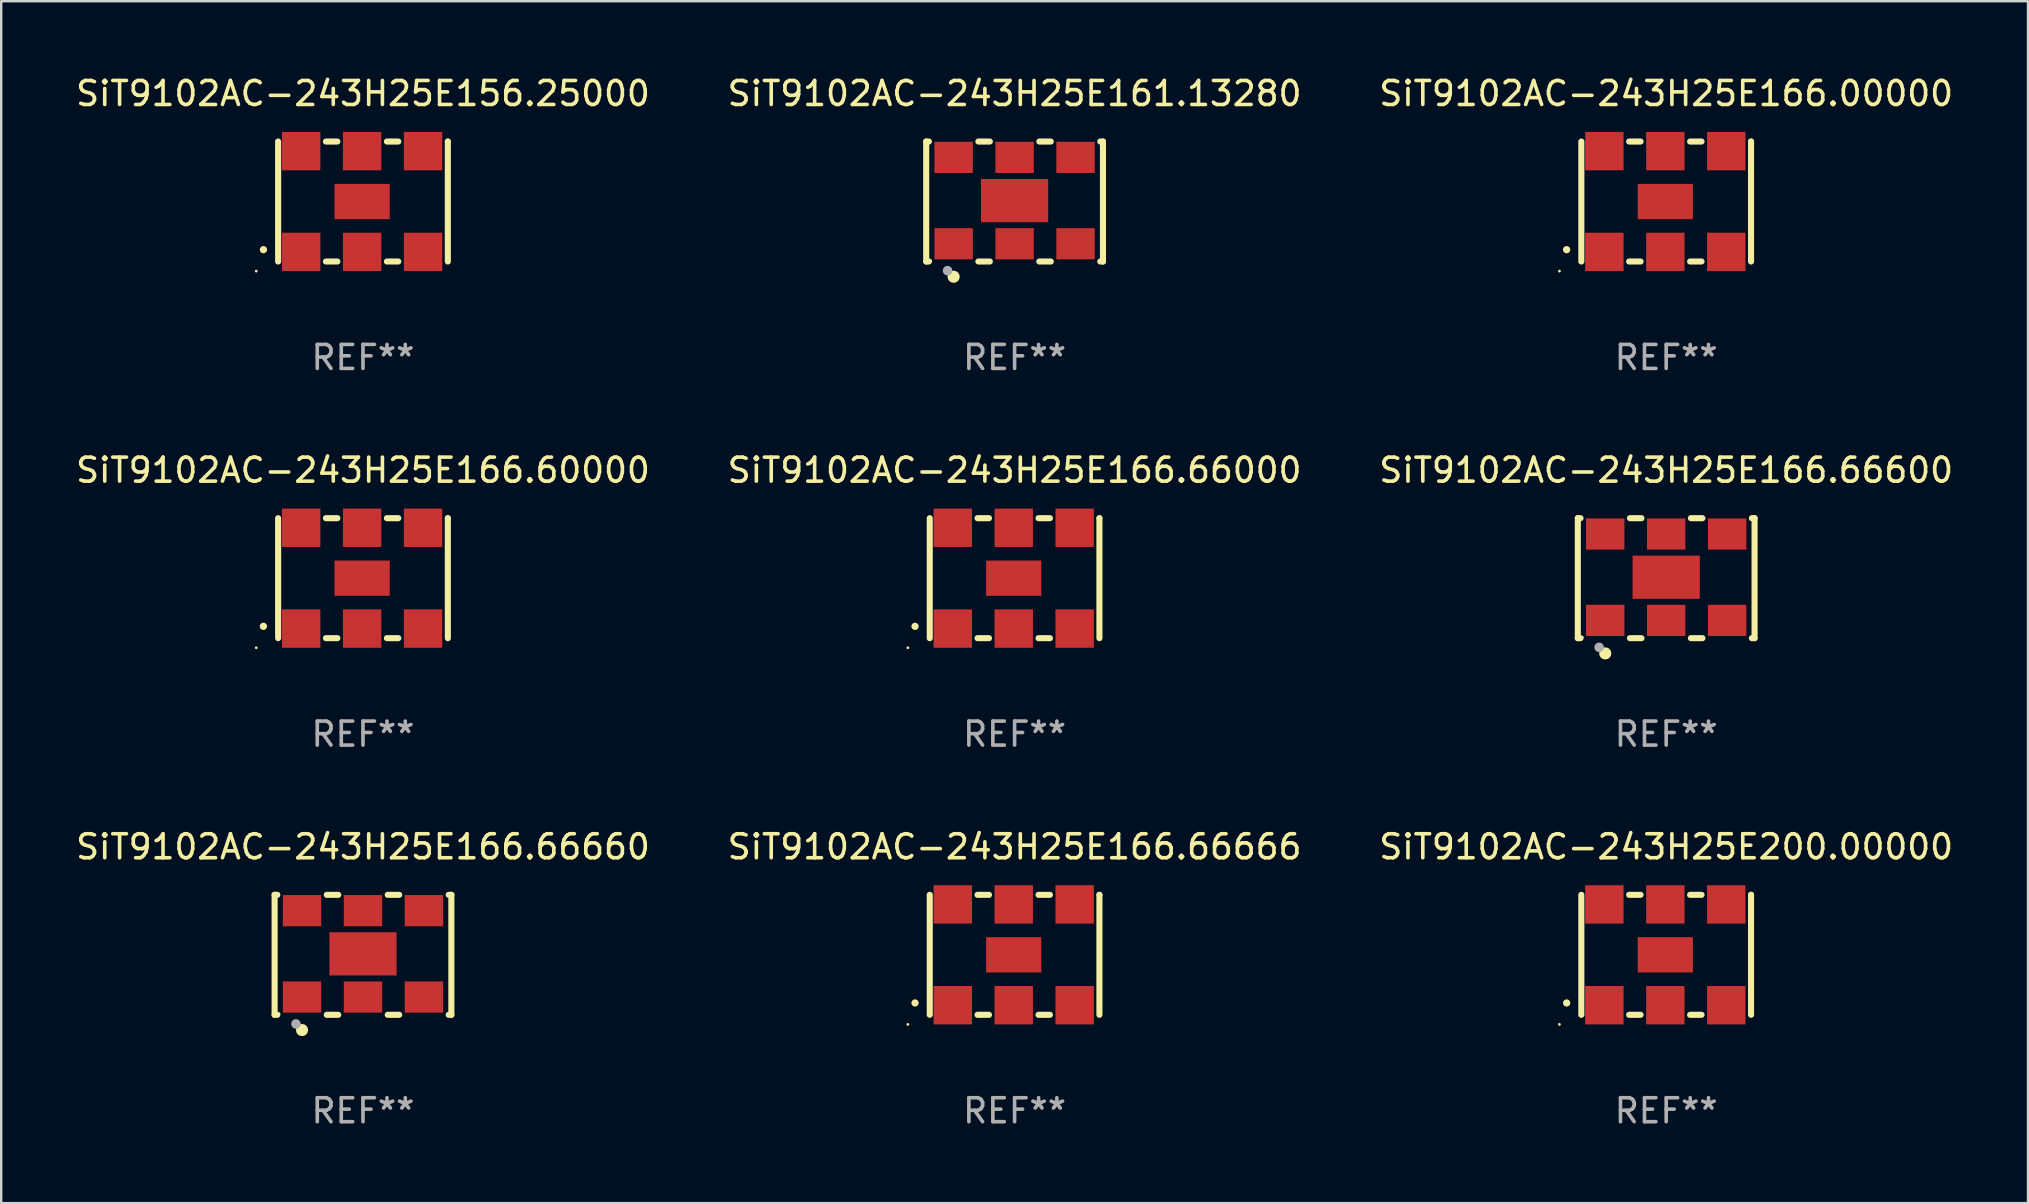
<source format=kicad_pcb>
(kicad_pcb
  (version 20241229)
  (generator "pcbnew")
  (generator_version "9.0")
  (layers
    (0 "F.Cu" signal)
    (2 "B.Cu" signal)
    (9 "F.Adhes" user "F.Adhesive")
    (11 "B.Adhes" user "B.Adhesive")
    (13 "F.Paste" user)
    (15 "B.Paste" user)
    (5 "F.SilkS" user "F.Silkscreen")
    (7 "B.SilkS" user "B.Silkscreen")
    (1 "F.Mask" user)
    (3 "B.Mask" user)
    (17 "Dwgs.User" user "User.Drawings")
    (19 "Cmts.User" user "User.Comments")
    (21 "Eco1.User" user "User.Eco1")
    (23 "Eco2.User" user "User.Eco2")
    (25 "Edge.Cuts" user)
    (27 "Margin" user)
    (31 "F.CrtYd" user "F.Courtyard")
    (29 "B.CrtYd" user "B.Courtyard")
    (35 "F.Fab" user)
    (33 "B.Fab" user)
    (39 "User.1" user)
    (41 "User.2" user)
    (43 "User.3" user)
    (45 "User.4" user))
  (footprint "SiT9102AC-243H25E156.25000"
    (layer "F.Cu")
    (at 12.077 5.348)
    (property "Reference" "SiT9102AC-243H25E156.25000" (at 0 -4.5 0) (layer "F.SilkS") (effects (font (size 1 1) (thickness 0.15))))
    (attr through_hole)
    (fp_line (start -3.536 -2.5) (end -3.536 2.5) (stroke (width 0.254) (type solid)) (layer "F.SilkS"))
    (fp_line (start -1.544 2.5) (end -1.067 2.5) (stroke (width 0.254) (type solid)) (layer "F.SilkS"))
    (fp_line (start -1.067 -2.5) (end -1.544 -2.5) (stroke (width 0.254) (type solid)) (layer "F.SilkS"))
    (fp_line (start 0.996 2.5) (end 1.473 2.5) (stroke (width 0.254) (type solid)) (layer "F.SilkS"))
    (fp_line (start 1.473 -2.5) (end 0.996 -2.5) (stroke (width 0.254) (type solid)) (layer "F.SilkS"))
    (fp_line (start 3.536 -2.5) (end 3.536 -2.5) (stroke (width 0.254) (type solid)) (layer "F.SilkS"))
    (fp_line (start 3.536 2.5) (end 3.536 -2.5) (stroke (width 0.254) (type solid)) (layer "F.SilkS"))
    (fp_arc (start -4.150432 2.006604) (mid -4.149162 2.006599) (end -4.147892 2.006604) (stroke (width 0.3) (type solid)) (layer "F.SilkS"))
    (fp_circle (center -4.449 2.9) (end -4.419 2.9) (stroke (width 0.06) (type solid)) (fill no) (layer "F.SilkS"))
    (fp_text user "REF**" (at 0 6.5 0) (layer "F.Fab") (effects (font (size 1 1) (thickness 0.15))))
    (pad "1" smd rect (at -2.576 2.1) (size 1.6 1.6) (layers "F.Cu" "F.Mask" "F.Paste"))
    (pad "2" smd rect (at -0.036 2.1) (size 1.6 1.6) (layers "F.Cu" "F.Mask" "F.Paste"))
    (pad "3" smd rect (at 2.504 2.1) (size 1.6 1.6) (layers "F.Cu" "F.Mask" "F.Paste"))
    (pad "4" smd rect (at 2.504 -2.1) (size 1.6 1.6) (layers "F.Cu" "F.Mask" "F.Paste"))
    (pad "5" smd rect (at -0.036 -2.1) (size 1.6 1.6) (layers "F.Cu" "F.Mask" "F.Paste"))
    (pad "6" smd rect (at -2.576 -2.1) (size 1.6 1.6) (layers "F.Cu" "F.Mask" "F.Paste"))
    (pad "7" smd rect (at -0.036 0) (size 2.3 1.47) (layers "F.Cu" "F.Mask" "F.Paste")))
  (footprint "SiT9102AC-243H25E166.66600"
    (layer "F.Cu")
    (at 66.387 21.045)
    (property "Reference" "SiT9102AC-243H25E166.66600" (at 0 -4.5 0) (layer "F.SilkS") (effects (font (size 1 1) (thickness 0.15))))
    (attr through_hole)
    (fp_line (start -3.683 -2.5) (end -3.571 -2.5) (stroke (width 0.254) (type solid)) (layer "F.SilkS"))
    (fp_line (start -3.683 2.5) (end -3.683 -2.5) (stroke (width 0.254) (type solid)) (layer "F.SilkS"))
    (fp_line (start -3.683 2.5) (end -3.571 2.5) (stroke (width 0.254) (type solid)) (layer "F.SilkS"))
    (fp_line (start -1.509 -2.5) (end -1.031 -2.5) (stroke (width 0.254) (type solid)) (layer "F.SilkS"))
    (fp_line (start -1.509 2.5) (end -1.031 2.5) (stroke (width 0.254) (type solid)) (layer "F.SilkS"))
    (fp_line (start 1.031 -2.5) (end 1.509 -2.5) (stroke (width 0.254) (type solid)) (layer "F.SilkS"))
    (fp_line (start 1.031 2.5) (end 1.509 2.5) (stroke (width 0.254) (type solid)) (layer "F.SilkS"))
    (fp_line (start 3.571 -2.5) (end 3.683 -2.5) (stroke (width 0.254) (type solid)) (layer "F.SilkS"))
    (fp_line (start 3.571 2.5) (end 3.683 2.5) (stroke (width 0.254) (type solid)) (layer "F.SilkS"))
    (fp_line (start 3.683 2.5) (end 3.683 -2.5) (stroke (width 0.254) (type solid)) (layer "F.SilkS"))
    (fp_circle (center -3.5 2.46) (end -3.47 2.46) (stroke (width 0.06) (type solid)) (fill no) (layer "F.SilkS"))
    (fp_circle (center -2.54 3.135) (end -2.413 3.135) (stroke (width 0.254) (type solid)) (fill no) (layer "F.SilkS"))
    (fp_circle (center -2.794 2.881) (end -2.694 2.881) (stroke (width 0.2) (type solid)) (fill no) (layer "F.Fab"))
    (fp_text user "REF**" (at 0 6.5 0) (layer "F.Fab") (effects (font (size 1 1) (thickness 0.15))))
    (pad "1" smd rect (at -2.54 1.76) (size 1.6 1.3) (layers "F.Cu" "F.Mask" "F.Paste"))
    (pad "2" smd rect (at 0 1.76) (size 1.6 1.3) (layers "F.Cu" "F.Mask" "F.Paste"))
    (pad "3" smd rect (at 2.54 1.76) (size 1.6 1.3) (layers "F.Cu" "F.Mask" "F.Paste"))
    (pad "4" smd rect (at 2.54 -1.84) (size 1.6 1.3) (layers "F.Cu" "F.Mask" "F.Paste"))
    (pad "5" smd rect (at 0 -1.84) (size 1.6 1.3) (layers "F.Cu" "F.Mask" "F.Paste"))
    (pad "6" smd rect (at -2.54 -1.84) (size 1.6 1.3) (layers "F.Cu" "F.Mask" "F.Paste"))
    (pad "7" smd rect (at 0 -0.04) (size 2.8 1.8) (layers "F.Cu" "F.Mask" "F.Paste")))
  (footprint "SiT9102AC-243H25E166.00000"
    (layer "F.Cu")
    (at 66.387 5.348)
    (property "Reference" "SiT9102AC-243H25E166.00000" (at 0 -4.5 0) (layer "F.SilkS") (effects (font (size 1 1) (thickness 0.15))))
    (attr through_hole)
    (fp_line (start -3.536 -2.5) (end -3.536 2.5) (stroke (width 0.254) (type solid)) (layer "F.SilkS"))
    (fp_line (start -1.544 2.5) (end -1.067 2.5) (stroke (width 0.254) (type solid)) (layer "F.SilkS"))
    (fp_line (start -1.067 -2.5) (end -1.544 -2.5) (stroke (width 0.254) (type solid)) (layer "F.SilkS"))
    (fp_line (start 0.996 2.5) (end 1.473 2.5) (stroke (width 0.254) (type solid)) (layer "F.SilkS"))
    (fp_line (start 1.473 -2.5) (end 0.996 -2.5) (stroke (width 0.254) (type solid)) (layer "F.SilkS"))
    (fp_line (start 3.536 -2.5) (end 3.536 -2.5) (stroke (width 0.254) (type solid)) (layer "F.SilkS"))
    (fp_line (start 3.536 2.5) (end 3.536 -2.5) (stroke (width 0.254) (type solid)) (layer "F.SilkS"))
    (fp_arc (start -4.150432 2.006604) (mid -4.149162 2.006599) (end -4.147892 2.006604) (stroke (width 0.3) (type solid)) (layer "F.SilkS"))
    (fp_circle (center -4.449 2.9) (end -4.419 2.9) (stroke (width 0.06) (type solid)) (fill no) (layer "F.SilkS"))
    (fp_text user "REF**" (at 0 6.5 0) (layer "F.Fab") (effects (font (size 1 1) (thickness 0.15))))
    (pad "1" smd rect (at -2.576 2.1) (size 1.6 1.6) (layers "F.Cu" "F.Mask" "F.Paste"))
    (pad "2" smd rect (at -0.036 2.1) (size 1.6 1.6) (layers "F.Cu" "F.Mask" "F.Paste"))
    (pad "3" smd rect (at 2.504 2.1) (size 1.6 1.6) (layers "F.Cu" "F.Mask" "F.Paste"))
    (pad "4" smd rect (at 2.504 -2.1) (size 1.6 1.6) (layers "F.Cu" "F.Mask" "F.Paste"))
    (pad "5" smd rect (at -0.036 -2.1) (size 1.6 1.6) (layers "F.Cu" "F.Mask" "F.Paste"))
    (pad "6" smd rect (at -2.576 -2.1) (size 1.6 1.6) (layers "F.Cu" "F.Mask" "F.Paste"))
    (pad "7" smd rect (at -0.036 0) (size 2.3 1.47) (layers "F.Cu" "F.Mask" "F.Paste")))
  (footprint "SiT9102AC-243H25E161.13280"
    (layer "F.Cu")
    (at 39.232 5.348)
    (property "Reference" "SiT9102AC-243H25E161.13280" (at 0 -4.5 0) (layer "F.SilkS") (effects (font (size 1 1) (thickness 0.15))))
    (attr through_hole)
    (fp_line (start -3.683 -2.5) (end -3.571 -2.5) (stroke (width 0.254) (type solid)) (layer "F.SilkS"))
    (fp_line (start -3.683 2.5) (end -3.683 -2.5) (stroke (width 0.254) (type solid)) (layer "F.SilkS"))
    (fp_line (start -3.683 2.5) (end -3.571 2.5) (stroke (width 0.254) (type solid)) (layer "F.SilkS"))
    (fp_line (start -1.509 -2.5) (end -1.031 -2.5) (stroke (width 0.254) (type solid)) (layer "F.SilkS"))
    (fp_line (start -1.509 2.5) (end -1.031 2.5) (stroke (width 0.254) (type solid)) (layer "F.SilkS"))
    (fp_line (start 1.031 -2.5) (end 1.509 -2.5) (stroke (width 0.254) (type solid)) (layer "F.SilkS"))
    (fp_line (start 1.031 2.5) (end 1.509 2.5) (stroke (width 0.254) (type solid)) (layer "F.SilkS"))
    (fp_line (start 3.571 -2.5) (end 3.683 -2.5) (stroke (width 0.254) (type solid)) (layer "F.SilkS"))
    (fp_line (start 3.571 2.5) (end 3.683 2.5) (stroke (width 0.254) (type solid)) (layer "F.SilkS"))
    (fp_line (start 3.683 2.5) (end 3.683 -2.5) (stroke (width 0.254) (type solid)) (layer "F.SilkS"))
    (fp_circle (center -3.5 2.46) (end -3.47 2.46) (stroke (width 0.06) (type solid)) (fill no) (layer "F.SilkS"))
    (fp_circle (center -2.54 3.135) (end -2.413 3.135) (stroke (width 0.254) (type solid)) (fill no) (layer "F.SilkS"))
    (fp_circle (center -2.794 2.881) (end -2.694 2.881) (stroke (width 0.2) (type solid)) (fill no) (layer "F.Fab"))
    (fp_text user "REF**" (at 0 6.5 0) (layer "F.Fab") (effects (font (size 1 1) (thickness 0.15))))
    (pad "1" smd rect (at -2.54 1.76) (size 1.6 1.3) (layers "F.Cu" "F.Mask" "F.Paste"))
    (pad "2" smd rect (at 0 1.76) (size 1.6 1.3) (layers "F.Cu" "F.Mask" "F.Paste"))
    (pad "3" smd rect (at 2.54 1.76) (size 1.6 1.3) (layers "F.Cu" "F.Mask" "F.Paste"))
    (pad "4" smd rect (at 2.54 -1.84) (size 1.6 1.3) (layers "F.Cu" "F.Mask" "F.Paste"))
    (pad "5" smd rect (at 0 -1.84) (size 1.6 1.3) (layers "F.Cu" "F.Mask" "F.Paste"))
    (pad "6" smd rect (at -2.54 -1.84) (size 1.6 1.3) (layers "F.Cu" "F.Mask" "F.Paste"))
    (pad "7" smd rect (at 0 -0.04) (size 2.8 1.8) (layers "F.Cu" "F.Mask" "F.Paste")))
  (footprint "SiT9102AC-243H25E166.66666"
    (layer "F.Cu")
    (at 39.232 36.741)
    (property "Reference" "SiT9102AC-243H25E166.66666" (at 0 -4.5 0) (layer "F.SilkS") (effects (font (size 1 1) (thickness 0.15))))
    (attr through_hole)
    (fp_line (start -3.536 -2.5) (end -3.536 2.5) (stroke (width 0.254) (type solid)) (layer "F.SilkS"))
    (fp_line (start -1.544 2.5) (end -1.067 2.5) (stroke (width 0.254) (type solid)) (layer "F.SilkS"))
    (fp_line (start -1.067 -2.5) (end -1.544 -2.5) (stroke (width 0.254) (type solid)) (layer "F.SilkS"))
    (fp_line (start 0.996 2.5) (end 1.473 2.5) (stroke (width 0.254) (type solid)) (layer "F.SilkS"))
    (fp_line (start 1.473 -2.5) (end 0.996 -2.5) (stroke (width 0.254) (type solid)) (layer "F.SilkS"))
    (fp_line (start 3.536 -2.5) (end 3.536 -2.5) (stroke (width 0.254) (type solid)) (layer "F.SilkS"))
    (fp_line (start 3.536 2.5) (end 3.536 -2.5) (stroke (width 0.254) (type solid)) (layer "F.SilkS"))
    (fp_arc (start -4.150432 2.006604) (mid -4.149162 2.006599) (end -4.147892 2.006604) (stroke (width 0.3) (type solid)) (layer "F.SilkS"))
    (fp_circle (center -4.449 2.9) (end -4.419 2.9) (stroke (width 0.06) (type solid)) (fill no) (layer "F.SilkS"))
    (fp_text user "REF**" (at 0 6.5 0) (layer "F.Fab") (effects (font (size 1 1) (thickness 0.15))))
    (pad "1" smd rect (at -2.576 2.1) (size 1.6 1.6) (layers "F.Cu" "F.Mask" "F.Paste"))
    (pad "2" smd rect (at -0.036 2.1) (size 1.6 1.6) (layers "F.Cu" "F.Mask" "F.Paste"))
    (pad "3" smd rect (at 2.504 2.1) (size 1.6 1.6) (layers "F.Cu" "F.Mask" "F.Paste"))
    (pad "4" smd rect (at 2.504 -2.1) (size 1.6 1.6) (layers "F.Cu" "F.Mask" "F.Paste"))
    (pad "5" smd rect (at -0.036 -2.1) (size 1.6 1.6) (layers "F.Cu" "F.Mask" "F.Paste"))
    (pad "6" smd rect (at -2.576 -2.1) (size 1.6 1.6) (layers "F.Cu" "F.Mask" "F.Paste"))
    (pad "7" smd rect (at -0.036 0) (size 2.3 1.47) (layers "F.Cu" "F.Mask" "F.Paste")))
  (footprint "SiT9102AC-243H25E166.60000"
    (layer "F.Cu")
    (at 12.077 21.045)
    (property "Reference" "SiT9102AC-243H25E166.60000" (at 0 -4.5 0) (layer "F.SilkS") (effects (font (size 1 1) (thickness 0.15))))
    (attr through_hole)
    (fp_line (start -3.536 -2.5) (end -3.536 2.5) (stroke (width 0.254) (type solid)) (layer "F.SilkS"))
    (fp_line (start -1.544 2.5) (end -1.067 2.5) (stroke (width 0.254) (type solid)) (layer "F.SilkS"))
    (fp_line (start -1.067 -2.5) (end -1.544 -2.5) (stroke (width 0.254) (type solid)) (layer "F.SilkS"))
    (fp_line (start 0.996 2.5) (end 1.473 2.5) (stroke (width 0.254) (type solid)) (layer "F.SilkS"))
    (fp_line (start 1.473 -2.5) (end 0.996 -2.5) (stroke (width 0.254) (type solid)) (layer "F.SilkS"))
    (fp_line (start 3.536 -2.5) (end 3.536 -2.5) (stroke (width 0.254) (type solid)) (layer "F.SilkS"))
    (fp_line (start 3.536 2.5) (end 3.536 -2.5) (stroke (width 0.254) (type solid)) (layer "F.SilkS"))
    (fp_arc (start -4.150432 2.006604) (mid -4.149162 2.006599) (end -4.147892 2.006604) (stroke (width 0.3) (type solid)) (layer "F.SilkS"))
    (fp_circle (center -4.449 2.9) (end -4.419 2.9) (stroke (width 0.06) (type solid)) (fill no) (layer "F.SilkS"))
    (fp_text user "REF**" (at 0 6.5 0) (layer "F.Fab") (effects (font (size 1 1) (thickness 0.15))))
    (pad "1" smd rect (at -2.576 2.1) (size 1.6 1.6) (layers "F.Cu" "F.Mask" "F.Paste"))
    (pad "2" smd rect (at -0.036 2.1) (size 1.6 1.6) (layers "F.Cu" "F.Mask" "F.Paste"))
    (pad "3" smd rect (at 2.504 2.1) (size 1.6 1.6) (layers "F.Cu" "F.Mask" "F.Paste"))
    (pad "4" smd rect (at 2.504 -2.1) (size 1.6 1.6) (layers "F.Cu" "F.Mask" "F.Paste"))
    (pad "5" smd rect (at -0.036 -2.1) (size 1.6 1.6) (layers "F.Cu" "F.Mask" "F.Paste"))
    (pad "6" smd rect (at -2.576 -2.1) (size 1.6 1.6) (layers "F.Cu" "F.Mask" "F.Paste"))
    (pad "7" smd rect (at -0.036 0) (size 2.3 1.47) (layers "F.Cu" "F.Mask" "F.Paste")))
  (footprint "SiT9102AC-243H25E166.66660"
    (layer "F.Cu")
    (at 12.077 36.741)
    (property "Reference" "SiT9102AC-243H25E166.66660" (at 0 -4.5 0) (layer "F.SilkS") (effects (font (size 1 1) (thickness 0.15))))
    (attr through_hole)
    (fp_line (start -3.683 -2.5) (end -3.571 -2.5) (stroke (width 0.254) (type solid)) (layer "F.SilkS"))
    (fp_line (start -3.683 2.5) (end -3.683 -2.5) (stroke (width 0.254) (type solid)) (layer "F.SilkS"))
    (fp_line (start -3.683 2.5) (end -3.571 2.5) (stroke (width 0.254) (type solid)) (layer "F.SilkS"))
    (fp_line (start -1.509 -2.5) (end -1.031 -2.5) (stroke (width 0.254) (type solid)) (layer "F.SilkS"))
    (fp_line (start -1.509 2.5) (end -1.031 2.5) (stroke (width 0.254) (type solid)) (layer "F.SilkS"))
    (fp_line (start 1.031 -2.5) (end 1.509 -2.5) (stroke (width 0.254) (type solid)) (layer "F.SilkS"))
    (fp_line (start 1.031 2.5) (end 1.509 2.5) (stroke (width 0.254) (type solid)) (layer "F.SilkS"))
    (fp_line (start 3.571 -2.5) (end 3.683 -2.5) (stroke (width 0.254) (type solid)) (layer "F.SilkS"))
    (fp_line (start 3.571 2.5) (end 3.683 2.5) (stroke (width 0.254) (type solid)) (layer "F.SilkS"))
    (fp_line (start 3.683 2.5) (end 3.683 -2.5) (stroke (width 0.254) (type solid)) (layer "F.SilkS"))
    (fp_circle (center -3.5 2.46) (end -3.47 2.46) (stroke (width 0.06) (type solid)) (fill no) (layer "F.SilkS"))
    (fp_circle (center -2.54 3.135) (end -2.413 3.135) (stroke (width 0.254) (type solid)) (fill no) (layer "F.SilkS"))
    (fp_circle (center -2.794 2.881) (end -2.694 2.881) (stroke (width 0.2) (type solid)) (fill no) (layer "F.Fab"))
    (fp_text user "REF**" (at 0 6.5 0) (layer "F.Fab") (effects (font (size 1 1) (thickness 0.15))))
    (pad "1" smd rect (at -2.54 1.76) (size 1.6 1.3) (layers "F.Cu" "F.Mask" "F.Paste"))
    (pad "2" smd rect (at 0 1.76) (size 1.6 1.3) (layers "F.Cu" "F.Mask" "F.Paste"))
    (pad "3" smd rect (at 2.54 1.76) (size 1.6 1.3) (layers "F.Cu" "F.Mask" "F.Paste"))
    (pad "4" smd rect (at 2.54 -1.84) (size 1.6 1.3) (layers "F.Cu" "F.Mask" "F.Paste"))
    (pad "5" smd rect (at 0 -1.84) (size 1.6 1.3) (layers "F.Cu" "F.Mask" "F.Paste"))
    (pad "6" smd rect (at -2.54 -1.84) (size 1.6 1.3) (layers "F.Cu" "F.Mask" "F.Paste"))
    (pad "7" smd rect (at 0 -0.04) (size 2.8 1.8) (layers "F.Cu" "F.Mask" "F.Paste")))
  (footprint "SiT9102AC-243H25E166.66000"
    (layer "F.Cu")
    (at 39.232 21.045)
    (property "Reference" "SiT9102AC-243H25E166.66000" (at 0 -4.5 0) (layer "F.SilkS") (effects (font (size 1 1) (thickness 0.15))))
    (attr through_hole)
    (fp_line (start -3.536 -2.5) (end -3.536 2.5) (stroke (width 0.254) (type solid)) (layer "F.SilkS"))
    (fp_line (start -1.544 2.5) (end -1.067 2.5) (stroke (width 0.254) (type solid)) (layer "F.SilkS"))
    (fp_line (start -1.067 -2.5) (end -1.544 -2.5) (stroke (width 0.254) (type solid)) (layer "F.SilkS"))
    (fp_line (start 0.996 2.5) (end 1.473 2.5) (stroke (width 0.254) (type solid)) (layer "F.SilkS"))
    (fp_line (start 1.473 -2.5) (end 0.996 -2.5) (stroke (width 0.254) (type solid)) (layer "F.SilkS"))
    (fp_line (start 3.536 -2.5) (end 3.536 -2.5) (stroke (width 0.254) (type solid)) (layer "F.SilkS"))
    (fp_line (start 3.536 2.5) (end 3.536 -2.5) (stroke (width 0.254) (type solid)) (layer "F.SilkS"))
    (fp_arc (start -4.150432 2.006604) (mid -4.149162 2.006599) (end -4.147892 2.006604) (stroke (width 0.3) (type solid)) (layer "F.SilkS"))
    (fp_circle (center -4.449 2.9) (end -4.419 2.9) (stroke (width 0.06) (type solid)) (fill no) (layer "F.SilkS"))
    (fp_text user "REF**" (at 0 6.5 0) (layer "F.Fab") (effects (font (size 1 1) (thickness 0.15))))
    (pad "1" smd rect (at -2.576 2.1) (size 1.6 1.6) (layers "F.Cu" "F.Mask" "F.Paste"))
    (pad "2" smd rect (at -0.036 2.1) (size 1.6 1.6) (layers "F.Cu" "F.Mask" "F.Paste"))
    (pad "3" smd rect (at 2.504 2.1) (size 1.6 1.6) (layers "F.Cu" "F.Mask" "F.Paste"))
    (pad "4" smd rect (at 2.504 -2.1) (size 1.6 1.6) (layers "F.Cu" "F.Mask" "F.Paste"))
    (pad "5" smd rect (at -0.036 -2.1) (size 1.6 1.6) (layers "F.Cu" "F.Mask" "F.Paste"))
    (pad "6" smd rect (at -2.576 -2.1) (size 1.6 1.6) (layers "F.Cu" "F.Mask" "F.Paste"))
    (pad "7" smd rect (at -0.036 0) (size 2.3 1.47) (layers "F.Cu" "F.Mask" "F.Paste")))
  (footprint "SiT9102AC-243H25E200.00000"
    (layer "F.Cu")
    (at 66.387 36.741)
    (property "Reference" "SiT9102AC-243H25E200.00000" (at 0 -4.5 0) (layer "F.SilkS") (effects (font (size 1 1) (thickness 0.15))))
    (attr through_hole)
    (fp_line (start -3.536 -2.5) (end -3.536 2.5) (stroke (width 0.254) (type solid)) (layer "F.SilkS"))
    (fp_line (start -1.544 2.5) (end -1.067 2.5) (stroke (width 0.254) (type solid)) (layer "F.SilkS"))
    (fp_line (start -1.067 -2.5) (end -1.544 -2.5) (stroke (width 0.254) (type solid)) (layer "F.SilkS"))
    (fp_line (start 0.996 2.5) (end 1.473 2.5) (stroke (width 0.254) (type solid)) (layer "F.SilkS"))
    (fp_line (start 1.473 -2.5) (end 0.996 -2.5) (stroke (width 0.254) (type solid)) (layer "F.SilkS"))
    (fp_line (start 3.536 -2.5) (end 3.536 -2.5) (stroke (width 0.254) (type solid)) (layer "F.SilkS"))
    (fp_line (start 3.536 2.5) (end 3.536 -2.5) (stroke (width 0.254) (type solid)) (layer "F.SilkS"))
    (fp_arc (start -4.150432 2.006604) (mid -4.149162 2.006599) (end -4.147892 2.006604) (stroke (width 0.3) (type solid)) (layer "F.SilkS"))
    (fp_circle (center -4.449 2.9) (end -4.419 2.9) (stroke (width 0.06) (type solid)) (fill no) (layer "F.SilkS"))
    (fp_text user "REF**" (at 0 6.5 0) (layer "F.Fab") (effects (font (size 1 1) (thickness 0.15))))
    (pad "1" smd rect (at -2.576 2.1) (size 1.6 1.6) (layers "F.Cu" "F.Mask" "F.Paste"))
    (pad "2" smd rect (at -0.036 2.1) (size 1.6 1.6) (layers "F.Cu" "F.Mask" "F.Paste"))
    (pad "3" smd rect (at 2.504 2.1) (size 1.6 1.6) (layers "F.Cu" "F.Mask" "F.Paste"))
    (pad "4" smd rect (at 2.504 -2.1) (size 1.6 1.6) (layers "F.Cu" "F.Mask" "F.Paste"))
    (pad "5" smd rect (at -0.036 -2.1) (size 1.6 1.6) (layers "F.Cu" "F.Mask" "F.Paste"))
    (pad "6" smd rect (at -2.576 -2.1) (size 1.6 1.6) (layers "F.Cu" "F.Mask" "F.Paste"))
    (pad "7" smd rect (at -0.036 0) (size 2.3 1.47) (layers "F.Cu" "F.Mask" "F.Paste")))
  (gr_rect
    (start -3 -3)
    (end 81.464 47.09)
    (stroke (width 0.1) (type default))
    (fill no)
    (layer "Edge.Cuts")))
</source>
